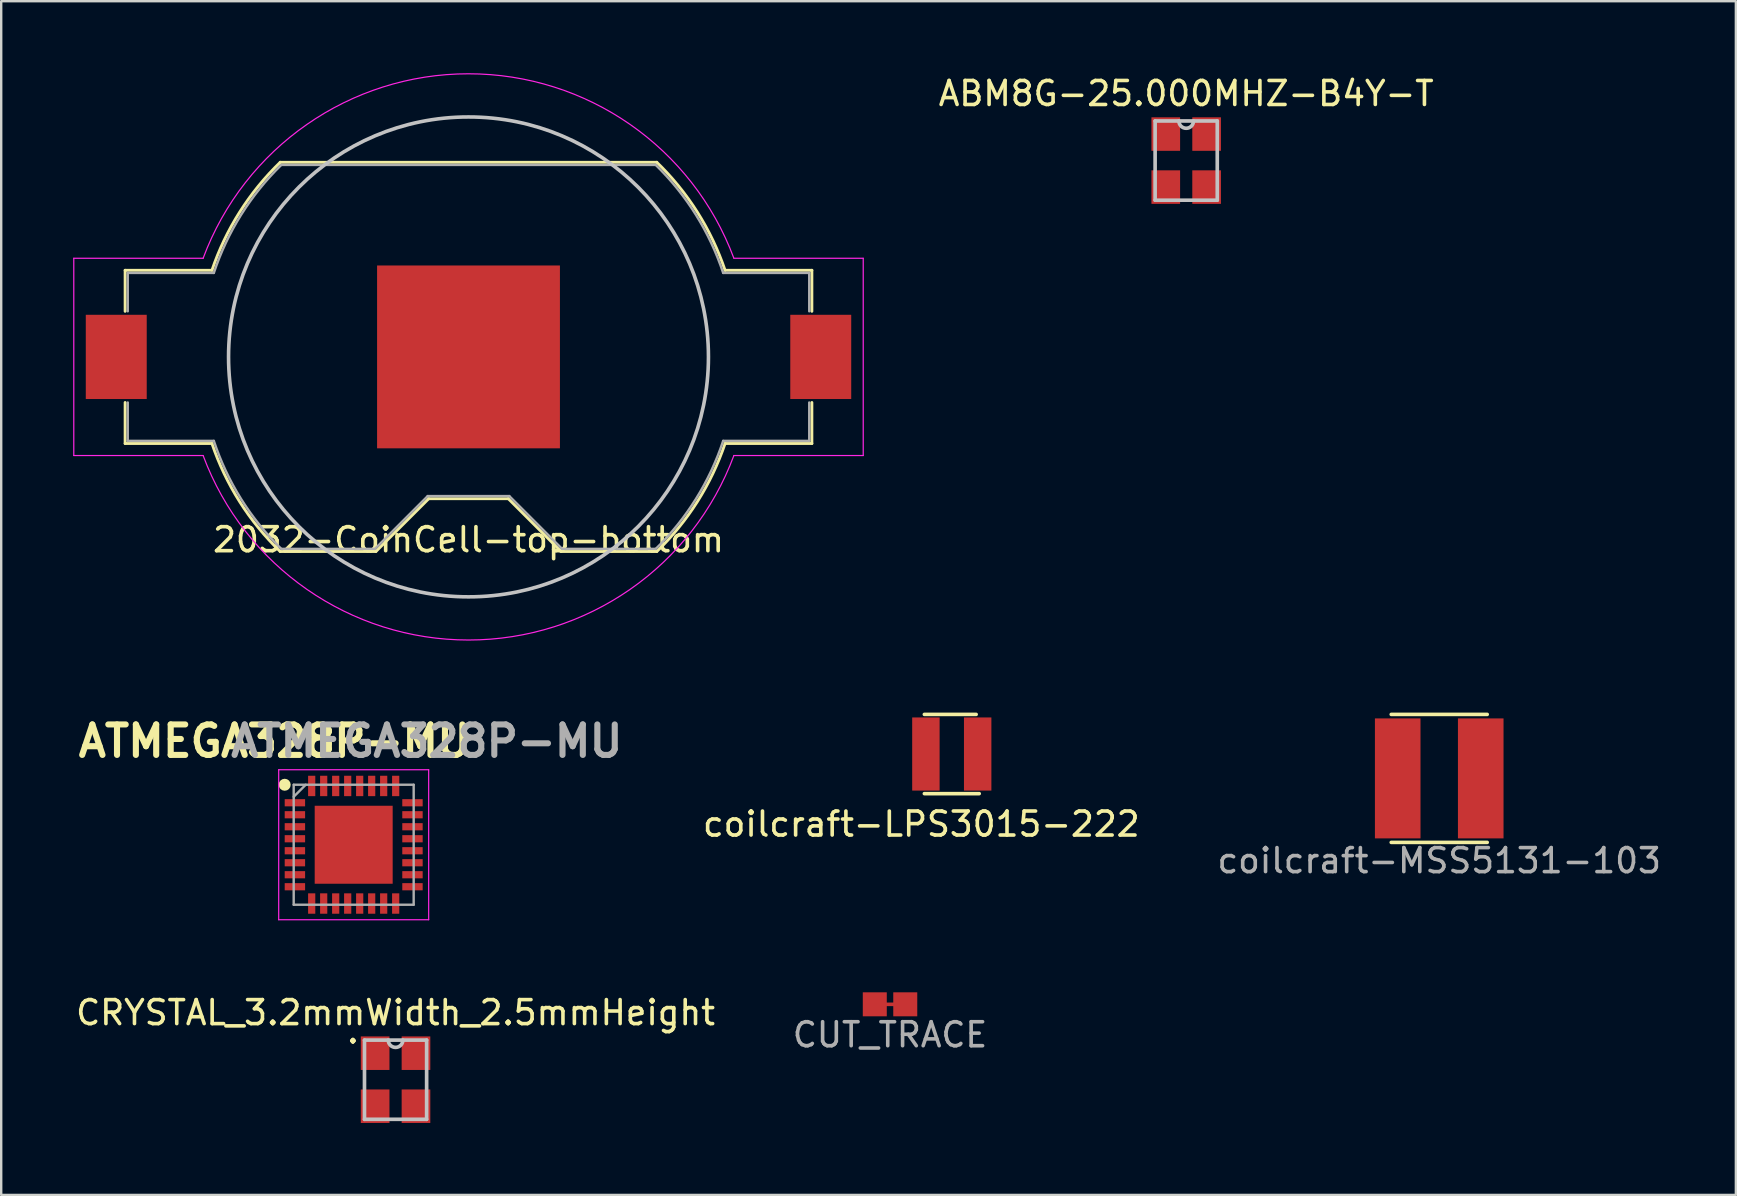
<source format=kicad_pcb>
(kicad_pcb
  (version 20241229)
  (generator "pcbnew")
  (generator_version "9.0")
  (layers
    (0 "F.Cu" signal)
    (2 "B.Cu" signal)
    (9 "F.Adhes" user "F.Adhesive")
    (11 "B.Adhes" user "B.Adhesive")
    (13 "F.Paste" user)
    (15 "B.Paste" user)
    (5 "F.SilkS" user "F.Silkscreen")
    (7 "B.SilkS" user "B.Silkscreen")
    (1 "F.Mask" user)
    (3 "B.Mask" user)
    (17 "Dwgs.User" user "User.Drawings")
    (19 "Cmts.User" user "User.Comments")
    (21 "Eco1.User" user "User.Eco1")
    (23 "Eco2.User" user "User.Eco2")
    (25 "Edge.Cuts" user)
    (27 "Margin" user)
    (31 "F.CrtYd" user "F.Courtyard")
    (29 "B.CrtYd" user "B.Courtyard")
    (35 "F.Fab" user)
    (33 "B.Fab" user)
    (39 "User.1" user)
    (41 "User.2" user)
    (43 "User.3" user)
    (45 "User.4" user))
  (footprint "CRYSTAL_3.2mmWidth_2.5mmHeight"
    (layer "F.Cu")
    (at 13.435 41.947)
    (property "Reference" "CRYSTAL_3.2mmWidth_2.5mmHeight" (at 0 -2.794 0) (layer "F.SilkS") (effects (font (size 1 1) (thickness 0.15))))
    (attr through_hole)
    (fp_line (start -1.295 -1.651) (end -1.295 1.651) (stroke (width 0.152) (type solid)) (layer "Dwgs.User"))
    (fp_line (start -1.295 1.651) (end 1.295 1.651) (stroke (width 0.152) (type solid)) (layer "Dwgs.User"))
    (fp_line (start 1.295 -1.651) (end -1.295 -1.651) (stroke (width 0.152) (type solid)) (layer "Dwgs.User"))
    (fp_line (start 1.295 1.651) (end 1.295 -1.651) (stroke (width 0.152) (type solid)) (layer "Dwgs.User"))
    (fp_arc (start 0.3048 -1.651) (mid 0 -1.3462) (end -0.3048 -1.651) (stroke (width 0.1524) (type solid)) (layer "Dwgs.User"))
    (fp_text user "." (at -1.778 -2.032 0) (layer "F.SilkS") (effects (font (size 1 1) (thickness 0.15))))
    (fp_text user "Copyright 2016 Accelerated Designs. All rights reserved." (at 0 0 0) (layer "Cmts.User") (effects (font (size 0.127 0.127) (thickness 0.002))))
    (pad "1" smd rect (at -0.851 -1.105) (size 1.194 1.397) (layers "F.Cu" "F.Mask" "F.Paste"))
    (pad "2" smd rect (at -0.851 1.105) (size 1.194 1.397) (layers "F.Cu" "F.Mask" "F.Paste"))
    (pad "3" smd rect (at 0.851 1.105) (size 1.194 1.397) (layers "F.Cu" "F.Mask" "F.Paste"))
    (pad "4" smd rect (at 0.851 -1.105) (size 1.194 1.397) (layers "F.Cu" "F.Mask" "F.Paste")))
  (footprint "coilcraft-LPS3015-222"
    (layer "F.Cu")
    (at 36.616 28.374)
    (property "Reference" "coilcraft-LPS3015-222" (at -1.27 2.921 0) (layer "F.SilkS") (effects (font (size 1 1) (thickness 0.15))))
    (attr through_hole)
    (fp_line (start -1.143 -1.651) (end 1.016 -1.651) (stroke (width 0.15) (type solid)) (layer "F.SilkS"))
    (fp_line (start -1.143 1.651) (end 1.143 1.651) (stroke (width 0.15) (type solid)) (layer "F.SilkS"))
    (pad "1" smd rect (at -1.079 0) (size 1.143 3.048) (layers "F.Cu" "F.Mask" "F.Paste"))
    (pad "2" smd rect (at 1.079 0) (size 1.143 3.048) (layers "F.Cu" "F.Mask" "F.Paste")))
  (footprint "ABM8G-25.000MHZ-B4Y-T"
    (layer "F.Cu")
    (at 46.385 3.642)
    (property "Reference" "ABM8G-25.000MHZ-B4Y-T" (at 0 -2.794 0) (layer "F.SilkS") (effects (font (size 1 1) (thickness 0.15))))
    (attr through_hole)
    (fp_line (start -1.295 -1.651) (end -1.295 1.651) (stroke (width 0.152) (type solid)) (layer "Dwgs.User"))
    (fp_line (start -1.295 1.651) (end 1.295 1.651) (stroke (width 0.152) (type solid)) (layer "Dwgs.User"))
    (fp_line (start 1.295 -1.651) (end -1.295 -1.651) (stroke (width 0.152) (type solid)) (layer "Dwgs.User"))
    (fp_line (start 1.295 1.651) (end 1.295 -1.651) (stroke (width 0.152) (type solid)) (layer "Dwgs.User"))
    (fp_arc (start 0.3048 -1.651) (mid 0 -1.3462) (end -0.3048 -1.651) (stroke (width 0.1524) (type solid)) (layer "Dwgs.User"))
    (fp_text user "Copyright 2016 Accelerated Designs. All rights reserved." (at 0 0 0) (layer "Cmts.User") (effects (font (size 0.127 0.127) (thickness 0.002))))
    (pad "1" smd rect (at -0.851 -1.105) (size 1.194 1.397) (layers "F.Cu" "F.Mask" "F.Paste"))
    (pad "2" smd rect (at -0.851 1.105) (size 1.194 1.397) (layers "F.Cu" "F.Mask" "F.Paste"))
    (pad "3" smd rect (at 0.851 1.105) (size 1.194 1.397) (layers "F.Cu" "F.Mask" "F.Paste"))
    (pad "4" smd rect (at 0.851 -1.105) (size 1.194 1.397) (layers "F.Cu" "F.Mask" "F.Paste")))
  (footprint "CUT_TRACE"
    (layer "F.Cu")
    (at 34.042 38.805)
    (property "Reference" "CUT_TRACE" (at 0 1.27 0) (layer "F.Fab") (effects (font (size 1 1) (thickness 0.15))))
    (attr through_hole)
    (fp_line (start -0.381 0) (end 0.381 0) (stroke (width 0.15) (type solid)) (layer "F.Cu"))
    (pad "1" smd rect (at -0.635 0) (size 1 1) (layers "F.Cu" "F.Mask" "F.Paste"))
    (pad "2" smd rect (at 0.635 0) (size 1 1) (layers "F.Cu" "F.Mask" "F.Paste")))
  (footprint "coilcraft-MSS5131-103"
    (layer "F.Cu")
    (at 56.93 29.39)
    (property "Reference" "coilcraft-MSS5131-103" (at 0 3.429 0) (layer "F.Fab") (effects (font (size 1 1) (thickness 0.15))))
    (attr through_hole)
    (fp_line (start -2 -2.667) (end 2 -2.667) (stroke (width 0.15) (type solid)) (layer "F.SilkS"))
    (fp_line (start -2 2.667) (end 2 2.667) (stroke (width 0.15) (type solid)) (layer "F.SilkS"))
    (pad "1" smd rect (at -1.73 0) (size 1.9 5) (layers "F.Cu" "F.Mask" "F.Paste"))
    (pad "2" smd rect (at 1.73 0) (size 1.9 5) (layers "F.Cu" "F.Mask" "F.Paste")))
  (footprint "ATMEGA328P-MU"
    (layer "F.Cu")
    (at 11.69 32.155)
    (property "Reference" "ATMEGA328P-MU" (at -3.302 -4.318 0) (layer "F.SilkS") (effects (font (size 1.27 1.27) (thickness 0.254))))
    (attr smd)
    (fp_circle (center -2.875 -2.5) (end -2.875 -2.375) (stroke (width 0.25) (type solid)) (fill no) (layer "F.SilkS"))
    (fp_line (start -3.125 -3.125) (end 3.125 -3.125) (stroke (width 0.05) (type solid)) (layer "F.CrtYd"))
    (fp_line (start -3.125 3.125) (end -3.125 -3.125) (stroke (width 0.05) (type solid)) (layer "F.CrtYd"))
    (fp_line (start 3.125 -3.125) (end 3.125 3.125) (stroke (width 0.05) (type solid)) (layer "F.CrtYd"))
    (fp_line (start 3.125 3.125) (end -3.125 3.125) (stroke (width 0.05) (type solid)) (layer "F.CrtYd"))
    (fp_line (start -2.5 -2.5) (end 2.5 -2.5) (stroke (width 0.1) (type solid)) (layer "F.Fab"))
    (fp_line (start -2.5 -2) (end -2 -2.5) (stroke (width 0.1) (type solid)) (layer "F.Fab"))
    (fp_line (start -2.5 2.5) (end -2.5 -2.5) (stroke (width 0.1) (type solid)) (layer "F.Fab"))
    (fp_line (start 2.5 -2.5) (end 2.5 2.5) (stroke (width 0.1) (type solid)) (layer "F.Fab"))
    (fp_line (start 2.5 2.5) (end -2.5 2.5) (stroke (width 0.1) (type solid)) (layer "F.Fab"))
    (fp_text user "${REFERENCE}" (at 3.048 -4.318 0) (layer "F.Fab") (effects (font (size 1.27 1.27) (thickness 0.254))))
    (pad "1" smd rect (at -2.45 -1.75 90) (size 0.3 0.85) (layers "F.Cu" "F.Mask" "F.Paste"))
    (pad "2" smd rect (at -2.45 -1.25 90) (size 0.3 0.85) (layers "F.Cu" "F.Mask" "F.Paste"))
    (pad "3" smd rect (at -2.45 -0.75 90) (size 0.3 0.85) (layers "F.Cu" "F.Mask" "F.Paste"))
    (pad "4" smd rect (at -2.45 -0.25 90) (size 0.3 0.85) (layers "F.Cu" "F.Mask" "F.Paste"))
    (pad "5" smd rect (at -2.45 0.25 90) (size 0.3 0.85) (layers "F.Cu" "F.Mask" "F.Paste"))
    (pad "6" smd rect (at -2.45 0.75 90) (size 0.3 0.85) (layers "F.Cu" "F.Mask" "F.Paste"))
    (pad "7" smd rect (at -2.45 1.25 90) (size 0.3 0.85) (layers "F.Cu" "F.Mask" "F.Paste"))
    (pad "8" smd rect (at -2.45 1.75 90) (size 0.3 0.85) (layers "F.Cu" "F.Mask" "F.Paste"))
    (pad "9" smd rect (at -1.75 2.45) (size 0.3 0.85) (layers "F.Cu" "F.Mask" "F.Paste"))
    (pad "10" smd rect (at -1.25 2.45) (size 0.3 0.85) (layers "F.Cu" "F.Mask" "F.Paste"))
    (pad "11" smd rect (at -0.75 2.45) (size 0.3 0.85) (layers "F.Cu" "F.Mask" "F.Paste"))
    (pad "12" smd rect (at -0.25 2.45) (size 0.3 0.85) (layers "F.Cu" "F.Mask" "F.Paste"))
    (pad "13" smd rect (at 0.25 2.45) (size 0.3 0.85) (layers "F.Cu" "F.Mask" "F.Paste"))
    (pad "14" smd rect (at 0.75 2.45) (size 0.3 0.85) (layers "F.Cu" "F.Mask" "F.Paste"))
    (pad "15" smd rect (at 1.25 2.45) (size 0.3 0.85) (layers "F.Cu" "F.Mask" "F.Paste"))
    (pad "16" smd rect (at 1.75 2.45) (size 0.3 0.85) (layers "F.Cu" "F.Mask" "F.Paste"))
    (pad "17" smd rect (at 2.45 1.75 90) (size 0.3 0.85) (layers "F.Cu" "F.Mask" "F.Paste"))
    (pad "18" smd rect (at 2.45 1.25 90) (size 0.3 0.85) (layers "F.Cu" "F.Mask" "F.Paste"))
    (pad "19" smd rect (at 2.45 0.75 90) (size 0.3 0.85) (layers "F.Cu" "F.Mask" "F.Paste"))
    (pad "20" smd rect (at 2.45 0.25 90) (size 0.3 0.85) (layers "F.Cu" "F.Mask" "F.Paste"))
    (pad "21" smd rect (at 2.45 -0.25 90) (size 0.3 0.85) (layers "F.Cu" "F.Mask" "F.Paste"))
    (pad "22" smd rect (at 2.45 -0.75 90) (size 0.3 0.85) (layers "F.Cu" "F.Mask" "F.Paste"))
    (pad "23" smd rect (at 2.45 -1.25 90) (size 0.3 0.85) (layers "F.Cu" "F.Mask" "F.Paste"))
    (pad "24" smd rect (at 2.45 -1.75 90) (size 0.3 0.85) (layers "F.Cu" "F.Mask" "F.Paste"))
    (pad "25" smd rect (at 1.75 -2.45) (size 0.3 0.85) (layers "F.Cu" "F.Mask" "F.Paste"))
    (pad "26" smd rect (at 1.25 -2.45) (size 0.3 0.85) (layers "F.Cu" "F.Mask" "F.Paste"))
    (pad "27" smd rect (at 0.75 -2.45) (size 0.3 0.85) (layers "F.Cu" "F.Mask" "F.Paste"))
    (pad "28" smd rect (at 0.25 -2.45) (size 0.3 0.85) (layers "F.Cu" "F.Mask" "F.Paste"))
    (pad "29" smd rect (at -0.25 -2.45) (size 0.3 0.85) (layers "F.Cu" "F.Mask" "F.Paste"))
    (pad "30" smd rect (at -0.75 -2.45) (size 0.3 0.85) (layers "F.Cu" "F.Mask" "F.Paste"))
    (pad "31" smd rect (at -1.25 -2.45) (size 0.3 0.85) (layers "F.Cu" "F.Mask" "F.Paste"))
    (pad "32" smd rect (at -1.75 -2.45) (size 0.3 0.85) (layers "F.Cu" "F.Mask" "F.Paste"))
    (pad "33" smd rect (at 0 0) (size 3.25 3.25) (layers "F.Cu" "F.Mask" "F.Paste")))
  (footprint "2032-CoinCell-top-bottom"
    (layer "F.Cu")
    (at 16.475 11.824)
    (property "Reference" "2032-CoinCell-top-bottom" (at 0 7.62 0) (layer "F.SilkS") (effects (font (size 1 1) (thickness 0.15))))
    (attr smd)
    (fp_line (start -14.31 -3.61) (end -10.692 -3.61) (stroke (width 0.12) (type solid)) (layer "F.SilkS"))
    (fp_line (start -14.31 -1.9) (end -14.31 -3.61) (stroke (width 0.12) (type solid)) (layer "F.SilkS"))
    (fp_line (start -14.31 1.9) (end -14.31 3.61) (stroke (width 0.12) (type solid)) (layer "F.SilkS"))
    (fp_line (start -10.692 3.61) (end -14.31 3.61) (stroke (width 0.12) (type solid)) (layer "F.SilkS"))
    (fp_line (start -7.847 -8.11) (end 7.847 -8.11) (stroke (width 0.12) (type solid)) (layer "F.SilkS"))
    (fp_line (start -3.86 8.11) (end -7.847 8.11) (stroke (width 0.12) (type solid)) (layer "F.SilkS"))
    (fp_line (start -1.66 5.91) (end -3.86 8.11) (stroke (width 0.12) (type solid)) (layer "F.SilkS"))
    (fp_line (start 1.66 5.91) (end -1.66 5.91) (stroke (width 0.12) (type solid)) (layer "F.SilkS"))
    (fp_line (start 1.66 5.91) (end 3.86 8.11) (stroke (width 0.12) (type solid)) (layer "F.SilkS"))
    (fp_line (start 7.847 8.11) (end 3.86 8.11) (stroke (width 0.12) (type solid)) (layer "F.SilkS"))
    (fp_line (start 10.692 -3.61) (end 14.31 -3.61) (stroke (width 0.12) (type solid)) (layer "F.SilkS"))
    (fp_line (start 14.31 -1.9) (end 14.31 -3.61) (stroke (width 0.12) (type solid)) (layer "F.SilkS"))
    (fp_line (start 14.31 1.9) (end 14.31 3.61) (stroke (width 0.12) (type solid)) (layer "F.SilkS"))
    (fp_line (start 14.31 3.61) (end 10.692 3.61) (stroke (width 0.12) (type solid)) (layer "F.SilkS"))
    (fp_arc (start -10.692 -3.61) (mid -9.538084 -6.031244) (end -7.845371 -8.111789) (stroke (width 0.12) (type solid)) (layer "F.SilkS"))
    (fp_arc (start -7.845371 8.111789) (mid -9.538085 6.031244) (end -10.692 3.61) (stroke (width 0.12) (type solid)) (layer "F.SilkS"))
    (fp_arc (start 7.845371 -8.111789) (mid 9.538085 -6.031244) (end 10.692 -3.61) (stroke (width 0.12) (type solid)) (layer "F.SilkS"))
    (fp_arc (start 10.692 3.61) (mid 9.538084 6.031244) (end 7.845371 8.111789) (stroke (width 0.12) (type solid)) (layer "F.SilkS"))
    (fp_circle (center 0 0) (end 10 0) (stroke (width 0.15) (type solid)) (fill no) (layer "Dwgs.User"))
    (fp_line (start -16.45 -4.11) (end -16.45 4.11) (stroke (width 0.05) (type solid)) (layer "F.CrtYd"))
    (fp_line (start -16.45 -4.11) (end -11.06 -4.11) (stroke (width 0.05) (type solid)) (layer "F.CrtYd"))
    (fp_line (start -16.45 4.11) (end -11.06 4.11) (stroke (width 0.05) (type solid)) (layer "F.CrtYd"))
    (fp_line (start 11.06 4.11) (end 16.45 4.11) (stroke (width 0.05) (type solid)) (layer "F.CrtYd"))
    (fp_line (start 16.45 -4.11) (end 11.06 -4.11) (stroke (width 0.05) (type solid)) (layer "F.CrtYd"))
    (fp_line (start 16.45 4.11) (end 16.45 -4.11) (stroke (width 0.05) (type solid)) (layer "F.CrtYd"))
    (fp_arc (start -11.06 -4.11) (mid -0.002978 -11.79897) (end 11.057924 -4.115582) (stroke (width 0.05) (type solid)) (layer "F.CrtYd"))
    (fp_arc (start 11.06 4.11) (mid 0.002978 11.79897) (end -11.057924 4.115582) (stroke (width 0.05) (type solid)) (layer "F.CrtYd"))
    (fp_line (start -14.2 -3.5) (end -14.2 -1.9) (stroke (width 0.1) (type solid)) (layer "F.Fab"))
    (fp_line (start -14.2 -3.5) (end -10.613 -3.5) (stroke (width 0.1) (type solid)) (layer "F.Fab"))
    (fp_line (start -14.2 1.9) (end -14.2 3.5) (stroke (width 0.1) (type solid)) (layer "F.Fab"))
    (fp_line (start -14.2 3.5) (end -10.613 3.5) (stroke (width 0.1) (type solid)) (layer "F.Fab"))
    (fp_line (start -7.803 -8) (end 7.803 -8) (stroke (width 0.1) (type solid)) (layer "F.Fab"))
    (fp_line (start -3.9 8) (end -7.803 8) (stroke (width 0.1) (type solid)) (layer "F.Fab"))
    (fp_line (start -1.7 5.8) (end -3.9 8) (stroke (width 0.1) (type solid)) (layer "F.Fab"))
    (fp_line (start -1.7 5.8) (end 1.7 5.8) (stroke (width 0.1) (type solid)) (layer "F.Fab"))
    (fp_line (start 1.7 5.8) (end 3.9 8) (stroke (width 0.1) (type solid)) (layer "F.Fab"))
    (fp_line (start 3.9 8) (end 7.803 8) (stroke (width 0.1) (type solid)) (layer "F.Fab"))
    (fp_line (start 10.613 -3.5) (end 14.2 -3.5) (stroke (width 0.1) (type solid)) (layer "F.Fab"))
    (fp_line (start 14.2 -3.5) (end 14.2 -1.9) (stroke (width 0.1) (type solid)) (layer "F.Fab"))
    (fp_line (start 14.2 1.9) (end 14.2 3.5) (stroke (width 0.1) (type solid)) (layer "F.Fab"))
    (fp_line (start 14.2 3.5) (end 10.613 3.5) (stroke (width 0.1) (type solid)) (layer "F.Fab"))
    (fp_arc (start -10.61275 -3.5) (mid -9.478596 -5.919179) (end -7.802602 -7.999992) (stroke (width 0.1) (type solid)) (layer "F.Fab"))
    (fp_arc (start -7.802602 7.999992) (mid -9.478596 5.91918) (end -10.61275 3.5) (stroke (width 0.1) (type solid)) (layer "F.Fab"))
    (fp_arc (start 7.802602 -7.999992) (mid 9.478596 -5.91918) (end 10.61275 -3.5) (stroke (width 0.1) (type solid)) (layer "F.Fab"))
    (fp_arc (start 10.61275 3.5) (mid 9.478596 5.919179) (end 7.802602 7.999992) (stroke (width 0.1) (type solid)) (layer "F.Fab"))
    (pad "1" smd rect (at -14.68 0) (size 2.54 3.51) (layers "F.Cu" "F.Mask" "F.Paste"))
    (pad "1" smd rect (at 14.68 0) (size 2.54 3.51) (layers "F.Cu" "F.Mask" "F.Paste"))
    (pad "2" smd rect (at 0 0) (size 7.62 7.62) (layers "F.Cu" "F.Mask" "F.Paste")))
  (gr_rect
    (start -3 -3)
    (end 69.293 46.75)
    (stroke (width 0.1) (type default))
    (fill no)
    (layer "Edge.Cuts")))
</source>
